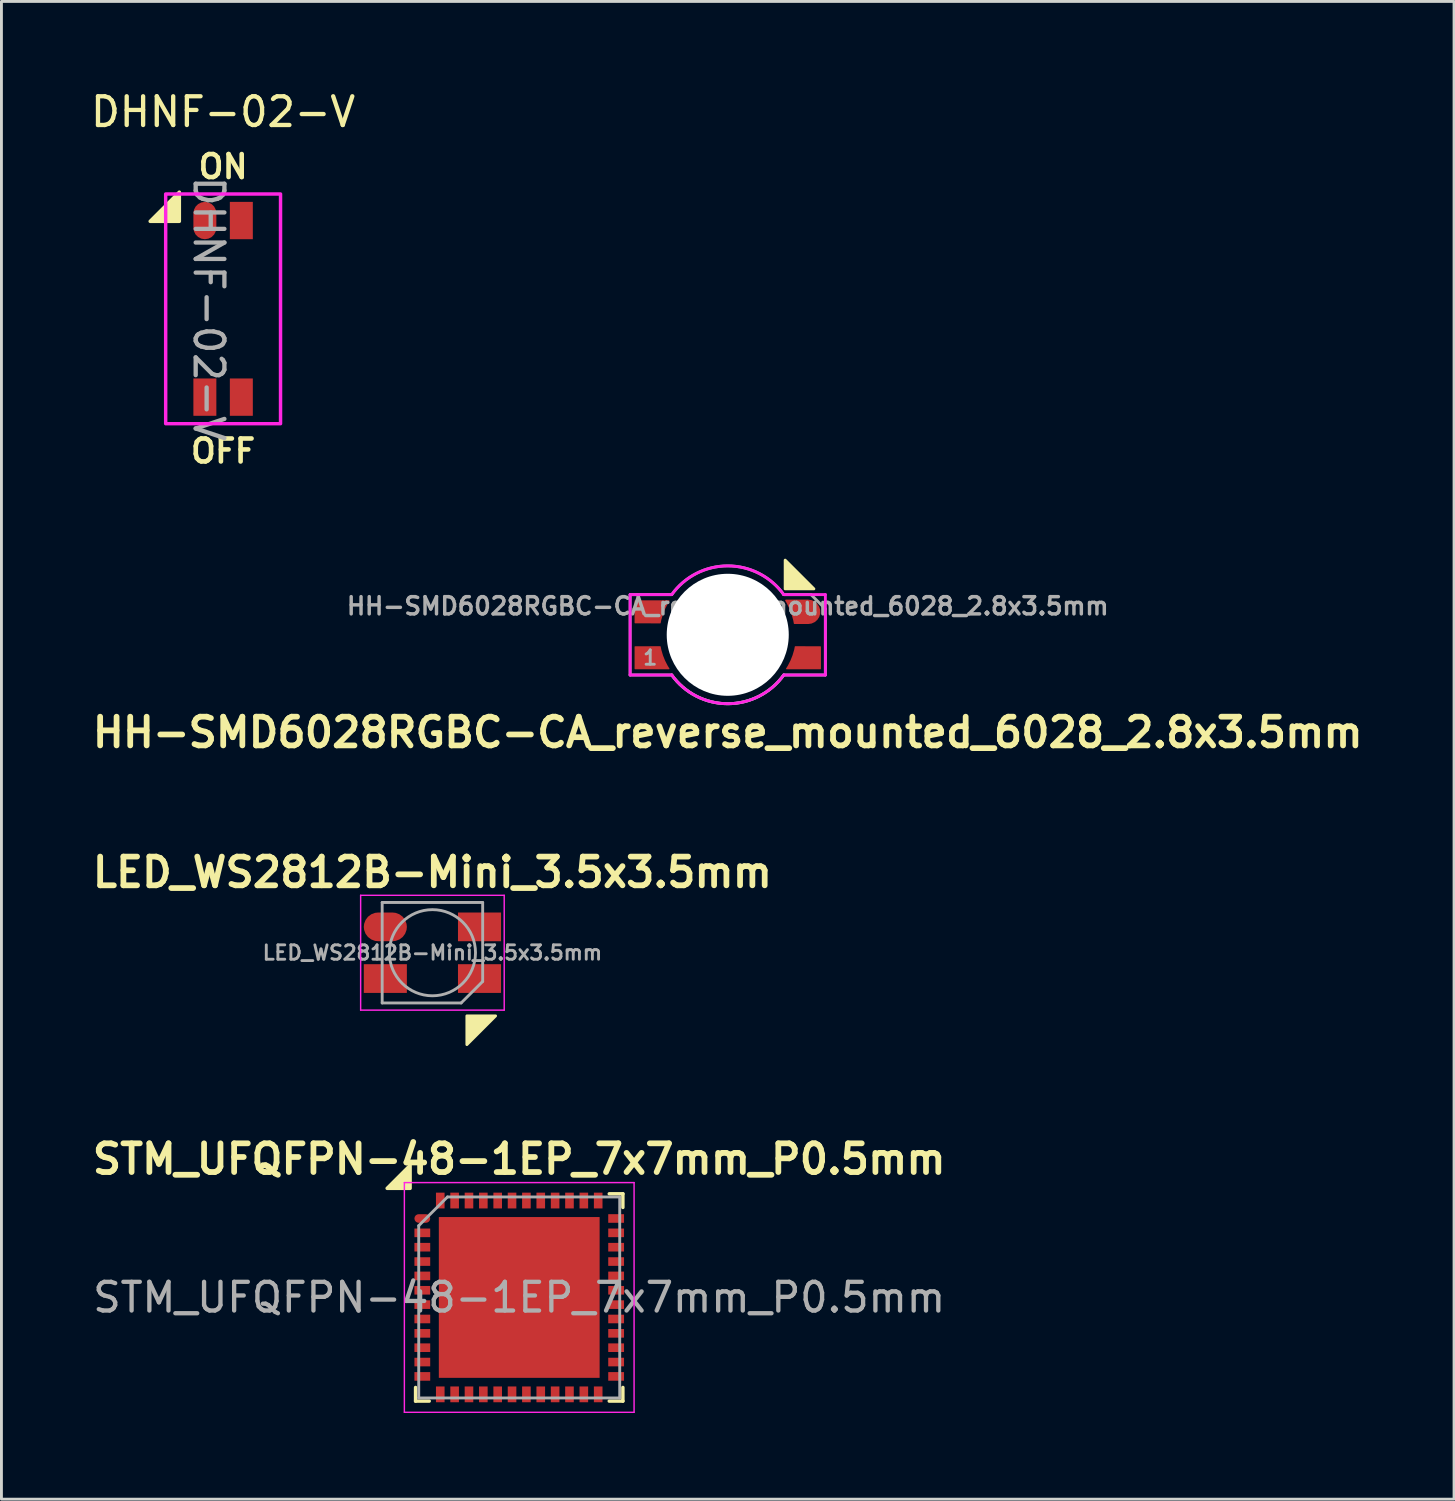
<source format=kicad_pcb>
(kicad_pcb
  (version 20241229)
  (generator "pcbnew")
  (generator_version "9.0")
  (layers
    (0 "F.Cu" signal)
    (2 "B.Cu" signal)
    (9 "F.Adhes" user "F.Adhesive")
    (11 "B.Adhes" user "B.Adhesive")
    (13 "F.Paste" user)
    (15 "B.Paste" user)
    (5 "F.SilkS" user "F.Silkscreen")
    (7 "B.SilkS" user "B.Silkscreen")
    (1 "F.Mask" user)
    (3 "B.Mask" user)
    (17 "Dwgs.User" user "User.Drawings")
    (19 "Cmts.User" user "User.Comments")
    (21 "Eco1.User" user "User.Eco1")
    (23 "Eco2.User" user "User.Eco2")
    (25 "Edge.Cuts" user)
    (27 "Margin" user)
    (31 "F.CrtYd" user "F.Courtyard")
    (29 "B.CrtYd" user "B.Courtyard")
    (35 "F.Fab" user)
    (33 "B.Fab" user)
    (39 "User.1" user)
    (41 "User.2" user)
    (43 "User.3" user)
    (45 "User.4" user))
  (footprint "LED_WS2812B-Mini_3.5x3.5mm"
    (layer "F.Cu")
    (at 12.01 30.13)
    (property "Reference" "LED_WS2812B-Mini_3.5x3.5mm" (at 0 -2.8 0) (layer "F.SilkS") (effects (font (size 1 1) (thickness 0.2))))
    (attr smd)
    (fp_poly (pts (xy 2.2 2.2) (xy 1.2 2.2) (xy 1.2 3.2)) (stroke (width 0.1) (type solid)) (fill yes) (layer "F.SilkS"))
    (fp_line (start -2.5 -2) (end -2.5 2) (stroke (width 0.05) (type solid)) (layer "F.CrtYd"))
    (fp_line (start -2.5 2) (end 2.5 2) (stroke (width 0.05) (type solid)) (layer "F.CrtYd"))
    (fp_line (start 2.5 -2) (end -2.5 -2) (stroke (width 0.05) (type solid)) (layer "F.CrtYd"))
    (fp_line (start 2.5 2) (end 2.5 -2) (stroke (width 0.05) (type solid)) (layer "F.CrtYd"))
    (fp_line (start -1.75 -1.75) (end -1.75 1.75) (stroke (width 0.1) (type solid)) (layer "F.Fab"))
    (fp_line (start -1.75 1.75) (end 1 1.75) (stroke (width 0.1) (type solid)) (layer "F.Fab"))
    (fp_line (start 1.75 -1.75) (end -1.75 -1.75) (stroke (width 0.1) (type solid)) (layer "F.Fab"))
    (fp_line (start 1.75 1) (end 1 1.75) (stroke (width 0.1) (type solid)) (layer "F.Fab"))
    (fp_line (start 1.75 1) (end 1.75 -1.75) (stroke (width 0.1) (type solid)) (layer "F.Fab"))
    (fp_circle (center 0 0) (end 0 -1.5) (stroke (width 0.1) (type solid)) (fill no) (layer "F.Fab"))
    (fp_text user "${REFERENCE}" (at 0 0 0) (layer "F.Fab") (effects (font (size 0.5 0.5) (thickness 0.1))))
    (pad "1" smd roundrect (at -1.64 -0.9) (size 1.5 1) (layers "F.Cu" "F.Mask" "F.Paste") (roundrect_rratio 0.5))
    (pad "2" smd trapezoid (at -1.64 0.9) (size 1.5 1) (layers "F.Cu" "F.Mask" "F.Paste"))
    (pad "3" smd trapezoid (at 1.64 0.9) (size 1.5 1) (layers "F.Cu" "F.Mask" "F.Paste"))
    (pad "4" smd trapezoid (at 1.64 -0.9) (size 1.5 1) (layers "F.Cu" "F.Mask" "F.Paste")))
  (footprint "STM_UFQFPN-48-1EP_7x7mm_P0.5mm"
    (layer "F.Cu")
    (at 15.033 42.136)
    (property "Reference" "STM_UFQFPN-48-1EP_7x7mm_P0.5mm" (at 0 -4.82 0) (layer "F.SilkS") (effects (font (size 1 1) (thickness 0.2))))
    (attr smd)
    (fp_line (start -3.61 3.61) (end -3.61 3.135) (stroke (width 0.12) (type solid)) (layer "F.SilkS"))
    (fp_line (start -3.135 3.61) (end -3.61 3.61) (stroke (width 0.12) (type solid)) (layer "F.SilkS"))
    (fp_line (start 3.135 -3.61) (end 3.61 -3.61) (stroke (width 0.12) (type solid)) (layer "F.SilkS"))
    (fp_line (start 3.135 3.61) (end 3.61 3.61) (stroke (width 0.12) (type solid)) (layer "F.SilkS"))
    (fp_line (start 3.61 -3.61) (end 3.61 -3.135) (stroke (width 0.12) (type solid)) (layer "F.SilkS"))
    (fp_line (start 3.61 3.61) (end 3.61 3.135) (stroke (width 0.12) (type solid)) (layer "F.SilkS"))
    (fp_poly (pts (xy -3.8 -3.8) (xy -4.6 -3.8) (xy -3.8 -4.6)) (stroke (width 0.12) (type solid)) (fill yes) (layer "F.SilkS"))
    (fp_line (start -4 -4) (end -4 4) (stroke (width 0.05) (type solid)) (layer "F.CrtYd"))
    (fp_line (start -4 4) (end 4 4) (stroke (width 0.05) (type solid)) (layer "F.CrtYd"))
    (fp_line (start 4 -4) (end -4 -4) (stroke (width 0.05) (type solid)) (layer "F.CrtYd"))
    (fp_line (start 4 4) (end 4 -4) (stroke (width 0.05) (type solid)) (layer "F.CrtYd"))
    (fp_line (start -3.5 -2.5) (end -2.5 -3.5) (stroke (width 0.1) (type solid)) (layer "F.Fab"))
    (fp_line (start -3.5 3.5) (end -3.5 -2.5) (stroke (width 0.1) (type solid)) (layer "F.Fab"))
    (fp_line (start -2.5 -3.5) (end 3.5 -3.5) (stroke (width 0.1) (type solid)) (layer "F.Fab"))
    (fp_line (start 3.5 -3.5) (end 3.5 3.5) (stroke (width 0.1) (type solid)) (layer "F.Fab"))
    (fp_line (start 3.5 3.5) (end -3.5 3.5) (stroke (width 0.1) (type solid)) (layer "F.Fab"))
    (fp_text user "${REFERENCE}" (at 0 0 0) (layer "F.Fab") (effects (font (size 1 1) (thickness 0.15))))
    (pad "" smd roundrect (at -2.04 -2.04) (size 1.1 1.1) (layers "F.Paste") (roundrect_rratio 0.227))
    (pad "" smd roundrect (at -2.04 -0.68) (size 1.1 1.1) (layers "F.Paste") (roundrect_rratio 0.227))
    (pad "" smd roundrect (at -2.04 0.68) (size 1.1 1.1) (layers "F.Paste") (roundrect_rratio 0.227))
    (pad "" smd roundrect (at -2.04 2.04) (size 1.1 1.1) (layers "F.Paste") (roundrect_rratio 0.227))
    (pad "" smd roundrect (at -0.68 -2.04) (size 1.1 1.1) (layers "F.Paste") (roundrect_rratio 0.227))
    (pad "" smd roundrect (at -0.68 -0.68) (size 1.1 1.1) (layers "F.Paste") (roundrect_rratio 0.227))
    (pad "" smd roundrect (at -0.68 0.68) (size 1.1 1.1) (layers "F.Paste") (roundrect_rratio 0.227))
    (pad "" smd roundrect (at -0.68 2.04) (size 1.1 1.1) (layers "F.Paste") (roundrect_rratio 0.227))
    (pad "" smd roundrect (at 0.68 -2.04) (size 1.1 1.1) (layers "F.Paste") (roundrect_rratio 0.227))
    (pad "" smd roundrect (at 0.68 -0.68) (size 1.1 1.1) (layers "F.Paste") (roundrect_rratio 0.227))
    (pad "" smd roundrect (at 0.68 0.68) (size 1.1 1.1) (layers "F.Paste") (roundrect_rratio 0.227))
    (pad "" smd roundrect (at 0.68 2.04) (size 1.1 1.1) (layers "F.Paste") (roundrect_rratio 0.227))
    (pad "" smd roundrect (at 2.04 -2.04) (size 1.1 1.1) (layers "F.Paste") (roundrect_rratio 0.227))
    (pad "" smd roundrect (at 2.04 -0.68) (size 1.1 1.1) (layers "F.Paste") (roundrect_rratio 0.227))
    (pad "" smd roundrect (at 2.04 0.68) (size 1.1 1.1) (layers "F.Paste") (roundrect_rratio 0.227))
    (pad "" smd roundrect (at 2.04 2.04) (size 1.1 1.1) (layers "F.Paste") (roundrect_rratio 0.227))
    (pad "1" smd roundrect (at -3.375 -2.75) (size 0.55 0.3) (layers "F.Cu" "F.Mask" "F.Paste") (roundrect_rratio 0.5))
    (pad "2" smd rect (at -3.375 -2.25) (size 0.55 0.3) (layers "F.Cu" "F.Mask" "F.Paste"))
    (pad "3" smd rect (at -3.375 -1.75) (size 0.55 0.3) (layers "F.Cu" "F.Mask" "F.Paste"))
    (pad "4" smd rect (at -3.375 -1.25) (size 0.55 0.3) (layers "F.Cu" "F.Mask" "F.Paste"))
    (pad "5" smd rect (at -3.375 -0.75) (size 0.55 0.3) (layers "F.Cu" "F.Mask" "F.Paste"))
    (pad "6" smd rect (at -3.375 -0.25) (size 0.55 0.3) (layers "F.Cu" "F.Mask" "F.Paste"))
    (pad "7" smd rect (at -3.375 0.25) (size 0.55 0.3) (layers "F.Cu" "F.Mask" "F.Paste"))
    (pad "8" smd rect (at -3.375 0.75) (size 0.55 0.3) (layers "F.Cu" "F.Mask" "F.Paste"))
    (pad "9" smd rect (at -3.375 1.25) (size 0.55 0.3) (layers "F.Cu" "F.Mask" "F.Paste"))
    (pad "10" smd rect (at -3.375 1.75) (size 0.55 0.3) (layers "F.Cu" "F.Mask" "F.Paste"))
    (pad "11" smd rect (at -3.375 2.25) (size 0.55 0.3) (layers "F.Cu" "F.Mask" "F.Paste"))
    (pad "12" smd rect (at -3.375 2.75) (size 0.55 0.3) (layers "F.Cu" "F.Mask" "F.Paste"))
    (pad "13" smd rect (at -2.75 3.375 90) (size 0.55 0.3) (layers "F.Cu" "F.Mask" "F.Paste"))
    (pad "14" smd rect (at -2.25 3.375 90) (size 0.55 0.3) (layers "F.Cu" "F.Mask" "F.Paste"))
    (pad "15" smd rect (at -1.75 3.375 90) (size 0.55 0.3) (layers "F.Cu" "F.Mask" "F.Paste"))
    (pad "16" smd rect (at -1.25 3.375 90) (size 0.55 0.3) (layers "F.Cu" "F.Mask" "F.Paste"))
    (pad "17" smd rect (at -0.75 3.375 90) (size 0.55 0.3) (layers "F.Cu" "F.Mask" "F.Paste"))
    (pad "18" smd rect (at -0.25 3.375 90) (size 0.55 0.3) (layers "F.Cu" "F.Mask" "F.Paste"))
    (pad "19" smd rect (at 0.25 3.375 90) (size 0.55 0.3) (layers "F.Cu" "F.Mask" "F.Paste"))
    (pad "20" smd rect (at 0.75 3.375 90) (size 0.55 0.3) (layers "F.Cu" "F.Mask" "F.Paste"))
    (pad "21" smd rect (at 1.25 3.375 90) (size 0.55 0.3) (layers "F.Cu" "F.Mask" "F.Paste"))
    (pad "22" smd rect (at 1.75 3.375 90) (size 0.55 0.3) (layers "F.Cu" "F.Mask" "F.Paste"))
    (pad "23" smd rect (at 2.25 3.375 90) (size 0.55 0.3) (layers "F.Cu" "F.Mask" "F.Paste"))
    (pad "24" smd rect (at 2.75 3.375 90) (size 0.55 0.3) (layers "F.Cu" "F.Mask" "F.Paste"))
    (pad "25" smd rect (at 3.375 2.75) (size 0.55 0.3) (layers "F.Cu" "F.Mask" "F.Paste"))
    (pad "26" smd rect (at 3.375 2.25) (size 0.55 0.3) (layers "F.Cu" "F.Mask" "F.Paste"))
    (pad "27" smd rect (at 3.375 1.75) (size 0.55 0.3) (layers "F.Cu" "F.Mask" "F.Paste"))
    (pad "28" smd rect (at 3.375 1.25) (size 0.55 0.3) (layers "F.Cu" "F.Mask" "F.Paste"))
    (pad "29" smd rect (at 3.375 0.75) (size 0.55 0.3) (layers "F.Cu" "F.Mask" "F.Paste"))
    (pad "30" smd rect (at 3.375 0.25) (size 0.55 0.3) (layers "F.Cu" "F.Mask" "F.Paste"))
    (pad "31" smd rect (at 3.375 -0.25) (size 0.55 0.3) (layers "F.Cu" "F.Mask" "F.Paste"))
    (pad "32" smd rect (at 3.375 -0.75) (size 0.55 0.3) (layers "F.Cu" "F.Mask" "F.Paste"))
    (pad "33" smd rect (at 3.375 -1.25) (size 0.55 0.3) (layers "F.Cu" "F.Mask" "F.Paste"))
    (pad "34" smd rect (at 3.375 -1.75) (size 0.55 0.3) (layers "F.Cu" "F.Mask" "F.Paste"))
    (pad "35" smd rect (at 3.375 -2.25) (size 0.55 0.3) (layers "F.Cu" "F.Mask" "F.Paste"))
    (pad "36" smd rect (at 3.375 -2.75) (size 0.55 0.3) (layers "F.Cu" "F.Mask" "F.Paste"))
    (pad "37" smd rect (at 2.75 -3.375 90) (size 0.55 0.3) (layers "F.Cu" "F.Mask" "F.Paste"))
    (pad "38" smd rect (at 2.25 -3.375 90) (size 0.55 0.3) (layers "F.Cu" "F.Mask" "F.Paste"))
    (pad "39" smd rect (at 1.75 -3.375 90) (size 0.55 0.3) (layers "F.Cu" "F.Mask" "F.Paste"))
    (pad "40" smd rect (at 1.25 -3.375 90) (size 0.55 0.3) (layers "F.Cu" "F.Mask" "F.Paste"))
    (pad "41" smd rect (at 0.75 -3.375 90) (size 0.55 0.3) (layers "F.Cu" "F.Mask" "F.Paste"))
    (pad "42" smd rect (at 0.25 -3.375 90) (size 0.55 0.3) (layers "F.Cu" "F.Mask" "F.Paste"))
    (pad "43" smd rect (at -0.25 -3.375 90) (size 0.55 0.3) (layers "F.Cu" "F.Mask" "F.Paste"))
    (pad "44" smd rect (at -0.75 -3.375 90) (size 0.55 0.3) (layers "F.Cu" "F.Mask" "F.Paste"))
    (pad "45" smd rect (at -1.25 -3.375 90) (size 0.55 0.3) (layers "F.Cu" "F.Mask" "F.Paste"))
    (pad "46" smd rect (at -1.75 -3.375 90) (size 0.55 0.3) (layers "F.Cu" "F.Mask" "F.Paste"))
    (pad "47" smd rect (at -2.25 -3.375 90) (size 0.55 0.3) (layers "F.Cu" "F.Mask" "F.Paste"))
    (pad "48" smd rect (at -2.75 -3.375 90) (size 0.55 0.3) (layers "F.Cu" "F.Mask" "F.Paste"))
    (pad "48" smd rect (at 0 0) (size 5.6 5.6) (layers "F.Cu" "F.Mask")))
  (footprint "DHNF-02-V"
    (layer "F.Cu")
    (at 4.72 7.706)
    (property "Reference" "DHNF-02-V" (at 0 -6.858 0) (unlocked yes) (layer "F.SilkS") (effects (font (size 1 1) (thickness 0.15))))
    (fp_poly (pts (xy -1.524 -3.048) (xy -2.54 -3.048) (xy -1.524 -4.064)) (stroke (width 0.12) (type solid)) (fill yes) (layer "F.SilkS"))
    (fp_rect (start -2 -4) (end 2 4) (stroke (width 0.12) (type solid)) (fill no) (layer "F.CrtYd"))
    (fp_text user "OFF" (at 0 4.953 0) (unlocked yes) (layer "F.SilkS") (effects (font (size 0.8 0.8) (thickness 0.16))))
    (fp_text user "ON" (at 0 -4.953 0) (unlocked yes) (layer "F.SilkS") (effects (font (size 0.8 0.8) (thickness 0.16))))
    (fp_text user "${REFERENCE}" (at -0.5 0 270) (unlocked yes) (layer "F.Fab") (effects (font (size 1 1) (thickness 0.15))))
    (pad "1" smd roundrect (at -0.635 -3.075) (size 0.8 1.3) (layers "F.Cu" "F.Mask" "F.Paste") (roundrect_rratio 0.5))
    (pad "2" smd rect (at 0.635 -3.075) (size 0.8 1.3) (layers "F.Cu" "F.Mask" "F.Paste"))
    (pad "3" smd rect (at 0.635 3.075) (size 0.8 1.3) (layers "F.Cu" "F.Mask" "F.Paste"))
    (pad "4" smd rect (at -0.635 3.075) (size 0.8 1.3) (layers "F.Cu" "F.Mask" "F.Paste")))
  (footprint "HH-SMD6028RGBC-CA_reverse_mounted_6028_2.8x3.5mm"
    (layer "F.Cu")
    (at 22.295 19.058)
    (property "Reference" "HH-SMD6028RGBC-CA_reverse_mounted_6028_2.8x3.5mm" (at 0 3.4 0) (layer "F.SilkS") (effects (font (size 1 1) (thickness 0.2))))
    (attr smd)
    (fp_poly (pts (xy 3 -1.6) (xy 2 -1.6) (xy 2 -2.6)) (stroke (width 0.1) (type solid)) (fill yes) (layer "F.SilkS"))
    (fp_line (start -3.4 -1.4) (end -3.4 1.4) (stroke (width 0.1) (type solid)) (layer "F.CrtYd"))
    (fp_line (start -3.4 -1.4) (end -1.95 -1.4) (stroke (width 0.1) (type solid)) (layer "F.CrtYd"))
    (fp_line (start -3.4 1.4) (end -1.95 1.4) (stroke (width 0.1) (type solid)) (layer "F.CrtYd"))
    (fp_line (start 3.4 -1.4) (end 1.95 -1.4) (stroke (width 0.1) (type solid)) (layer "F.CrtYd"))
    (fp_line (start 3.4 -1.4) (end 3.4 1.4) (stroke (width 0.1) (type solid)) (layer "F.CrtYd"))
    (fp_line (start 3.4 1.4) (end 1.95 1.4) (stroke (width 0.1) (type solid)) (layer "F.CrtYd"))
    (fp_arc (start -1.949999 -1.400001) (mid 0 -2.400014) (end 1.949999 -1.4) (stroke (width 0.1) (type solid)) (layer "F.CrtYd"))
    (fp_arc (start 1.95 1.4) (mid 0.000001 2.400013) (end -1.949998 1.399999) (stroke (width 0.1) (type solid)) (layer "F.CrtYd"))
    (fp_line (start -3.4 -1.4) (end -3.4 1.4) (stroke (width 0.1) (type solid)) (layer "F.Fab"))
    (fp_line (start -3.4 -1.4) (end -1.95 -1.4) (stroke (width 0.1) (type solid)) (layer "F.Fab"))
    (fp_line (start -3.4 1.4) (end -1.95 1.4) (stroke (width 0.1) (type solid)) (layer "F.Fab"))
    (fp_line (start 2.9 -1.4) (end 1.95 -1.4) (stroke (width 0.1) (type solid)) (layer "F.Fab"))
    (fp_line (start 2.9 -1.4) (end 3.4 -0.9) (stroke (width 0.1) (type solid)) (layer "F.Fab"))
    (fp_line (start 3.4 -0.9) (end 3.4 1.4) (stroke (width 0.1) (type solid)) (layer "F.Fab"))
    (fp_line (start 3.4 1.4) (end 1.95 1.4) (stroke (width 0.1) (type solid)) (layer "F.Fab"))
    (fp_arc (start -1.95 -1.399999) (mid -0.000001 -2.40052) (end 1.949999 -1.4) (stroke (width 0.1) (type solid)) (layer "F.Fab"))
    (fp_arc (start 1.95 1.399999) (mid 0.000001 2.40052) (end -1.949999 1.4) (stroke (width 0.1) (type solid)) (layer "F.Fab"))
    (fp_arc (start 1.95 1.399999) (mid 0.000001 2.40052) (end -1.949999 1.4) (stroke (width 0.1) (type solid)) (layer "F.Fab"))
    (fp_text user "${REFERENCE}" (at 0 -1 0) (layer "F.Fab") (effects (font (size 0.6 0.6) (thickness 0.12))))
    (fp_text user "1" (at -2.7 0.8 0) (layer "F.Fab") (effects (font (size 0.5 0.5) (thickness 0.1))))
    (pad "" np_thru_hole circle (at 0 0 180) (size 4.25 4.25) (drill 4.25) (layers "*.Cu" "*.Mask"))
    (pad "1" smd custom (at -2.7 0.8 180) (size 0.5 0.5) (layers "F.Cu" "F.Mask" "F.Paste") (options (anchor circle)) (primitives (gr_arc (start -0.65 -0.38) (mid -0.461984 -0.014048) (end -0.346215 0.380753) (width 0.04)) (gr_line (start 0.525 0.38) (end -0.346 0.383) (width 0.04)) (gr_line (start 0.525 0.38) (end 0.525 -0.38) (width 0.04)) (gr_poly (pts (xy -0.325 0.375) (xy 0.525 0.375) (xy 0.525 -0.375) (xy -0.625 -0.375) (xy -0.425 0.025)) (width 0.04) (fill yes)) (gr_line (start 0.525 -0.38) (end -0.65 -0.38) (width 0.04))))
    (pad "2" smd custom (at -2.7 -0.8 180) (size 0.5 0.5) (layers "F.Cu" "F.Mask" "F.Paste") (options (anchor circle)) (primitives (gr_arc (start -0.346215 -0.380753) (mid -0.461984 0.014048) (end -0.65 0.38) (width 0.04)) (gr_line (start 0.525 -0.38) (end -0.346 -0.383) (width 0.04)) (gr_line (start 0.525 -0.38) (end 0.525 0.38) (width 0.04)) (gr_poly (pts (xy -0.325 -0.375) (xy 0.525 -0.375) (xy 0.525 0.375) (xy -0.625 0.375) (xy -0.425 -0.025)) (width 0.04) (fill yes)) (gr_line (start 0.525 0.38) (end -0.65 0.38) (width 0.04))))
    (pad "3" smd custom (at 2.7 0.8) (size 0.5 0.5) (layers "F.Cu" "F.Mask" "F.Paste") (options (anchor circle)) (primitives (gr_arc (start -0.346215 -0.380753) (mid -0.461984 0.014048) (end -0.65 0.38) (width 0.04)) (gr_line (start 0.525 -0.38) (end -0.346 -0.383) (width 0.04)) (gr_line (start 0.525 -0.38) (end 0.525 0.38) (width 0.04)) (gr_poly (pts (xy -0.325 -0.375) (xy 0.525 -0.375) (xy 0.525 0.375) (xy -0.625 0.375) (xy -0.425 -0.025)) (width 0.04) (fill yes)) (gr_line (start 0.525 0.38) (end -0.65 0.38) (width 0.04))))
    (pad "4" smd custom (at 2.6 -0.8) (size 0.5 0.5) (layers "F.Cu" "F.Mask" "F.Paste") (options (anchor circle)) (primitives (gr_poly (pts (xy -0.55 -0.4) (xy -0.45 -0.2) (xy -0.35 0.025) (xy -0.3 0.25) (xy -0.25 0.4) (xy 0.175 0.4) (xy 0.175 -0.4)) (width 0.04) (fill yes)) (gr_line (start -0.575 -0.4) (end 0.2 -0.4) (width 0.05)) (gr_arc (start -0.575704 -0.399073) (mid -0.388113 -0.01355) (end -0.275001 0.4) (width 0.05)) (gr_arc (start 0.2 -0.4) (mid 0.6 0) (end 0.2 0.4) (width 0.05)) (gr_circle (center 0.2 0) (end 0.4 0) (width 0.4) (fill no)) (gr_line (start -0.275 0.4) (end 0.2 0.4) (width 0.05)))))
  (gr_rect
    (start -3 -3)
    (end 47.59 49.161)
    (stroke (width 0.1) (type default))
    (fill no)
    (layer "Edge.Cuts")))
</source>
